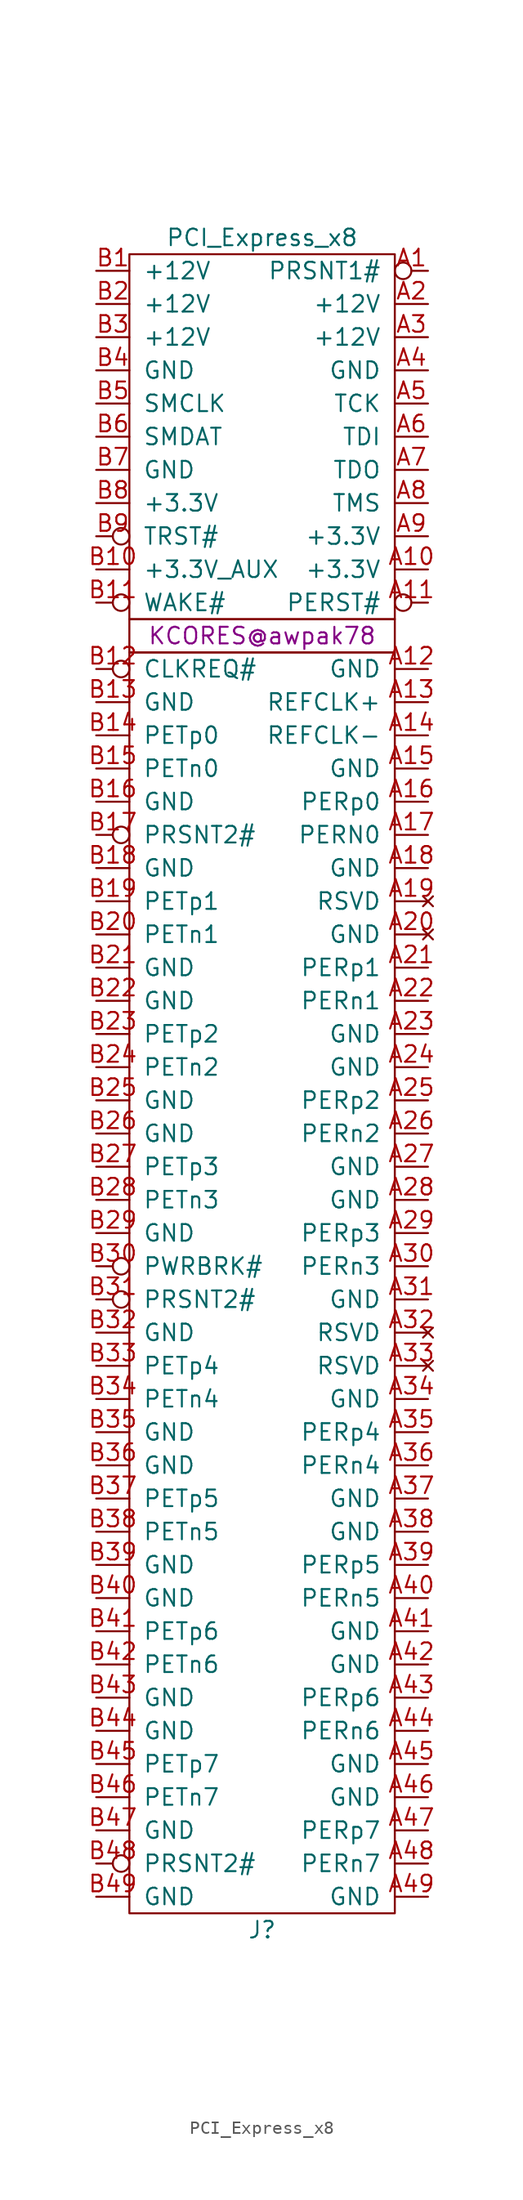
<source format=kicad_sym>
(kicad_symbol_lib
  (version 20211014)
  (generator kicad_symbol_editor)
  (symbol "PCI_Express_x8"
    (pin_names
      (offset 1.016))
    (property "Reference" "J"
      (at 0 -99.06 0)
      (effects (font (size 1.27 1.27))))
    (property "Value" "PCI_Express_x8"
      (at 0 30.48 0)
      (effects (font (size 1.27 1.27))))
    (property "Author" "KCORES@awpak78"
      (at 0 0 0)
      (effects (font (size 1.27 1.27))))
    (symbol "PCI_Express_x8_0_1"
      (rectangle (start -10.16 -1.27) (end 10.16 -97.79) (stroke (width 0) (type default) (color 0 0 0 0)) (fill (type none)))
      (rectangle (start -10.16 1.27) (end 10.16 -1.27) (stroke (width 0) (type default) (color 0 0 0 0)) (fill (type none)))
      (rectangle (start -10.16 29.21) (end 10.16 1.27) (stroke (width 0) (type default) (color 0 0 0 0)) (fill (type none))))
    (symbol "PCI_Express_x8_1_1"
      (pin passive inverted (at 12.7 27.94 180) (length 2.54) (name "PRSNT1#" (effects (font (size 1.27 1.27)))) (number "A1" (effects (font (size 1.27 1.27)))))
      (pin passive line (at 12.7 5.08 180) (length 2.54) (name "+3.3V" (effects (font (size 1.27 1.27)))) (number "A10" (effects (font (size 1.27 1.27)))))
      (pin passive inverted (at 12.7 2.54 180) (length 2.54) (name "PERST#" (effects (font (size 1.27 1.27)))) (number "A11" (effects (font (size 1.27 1.27)))))
      (pin passive line (at 12.7 -2.54 180) (length 2.54) (name "GND" (effects (font (size 1.27 1.27)))) (number "A12" (effects (font (size 1.27 1.27)))))
      (pin passive line (at 12.7 -5.08 180) (length 2.54) (name "REFCLK+" (effects (font (size 1.27 1.27)))) (number "A13" (effects (font (size 1.27 1.27)))))
      (pin passive line (at 12.7 -7.62 180) (length 2.54) (name "REFCLK-" (effects (font (size 1.27 1.27)))) (number "A14" (effects (font (size 1.27 1.27)))))
      (pin passive line (at 12.7 -10.16 180) (length 2.54) (name "GND" (effects (font (size 1.27 1.27)))) (number "A15" (effects (font (size 1.27 1.27)))))
      (pin passive line (at 12.7 -12.7 180) (length 2.54) (name "PERp0" (effects (font (size 1.27 1.27)))) (number "A16" (effects (font (size 1.27 1.27)))))
      (pin passive line (at 12.7 -15.24 180) (length 2.54) (name "PERN0" (effects (font (size 1.27 1.27)))) (number "A17" (effects (font (size 1.27 1.27)))))
      (pin passive line (at 12.7 -17.78 180) (length 2.54) (name "GND" (effects (font (size 1.27 1.27)))) (number "A18" (effects (font (size 1.27 1.27)))))
      (pin no_connect line (at 12.7 -20.32 180) (length 2.54) (name "RSVD" (effects (font (size 1.27 1.27)))) (number "A19" (effects (font (size 1.27 1.27)))))
      (pin passive line (at 12.7 25.4 180) (length 2.54) (name "+12V" (effects (font (size 1.27 1.27)))) (number "A2" (effects (font (size 1.27 1.27)))))
      (pin no_connect line (at 12.7 -22.86 180) (length 2.54) (name "GND" (effects (font (size 1.27 1.27)))) (number "A20" (effects (font (size 1.27 1.27)))))
      (pin passive line (at 12.7 -25.4 180) (length 2.54) (name "PERp1" (effects (font (size 1.27 1.27)))) (number "A21" (effects (font (size 1.27 1.27)))))
      (pin passive line (at 12.7 -27.94 180) (length 2.54) (name "PERn1" (effects (font (size 1.27 1.27)))) (number "A22" (effects (font (size 1.27 1.27)))))
      (pin passive line (at 12.7 -30.48 180) (length 2.54) (name "GND" (effects (font (size 1.27 1.27)))) (number "A23" (effects (font (size 1.27 1.27)))))
      (pin passive line (at 12.7 -33.02 180) (length 2.54) (name "GND" (effects (font (size 1.27 1.27)))) (number "A24" (effects (font (size 1.27 1.27)))))
      (pin passive line (at 12.7 -35.56 180) (length 2.54) (name "PERp2" (effects (font (size 1.27 1.27)))) (number "A25" (effects (font (size 1.27 1.27)))))
      (pin passive line (at 12.7 -38.1 180) (length 2.54) (name "PERn2" (effects (font (size 1.27 1.27)))) (number "A26" (effects (font (size 1.27 1.27)))))
      (pin passive line (at 12.7 -40.64 180) (length 2.54) (name "GND" (effects (font (size 1.27 1.27)))) (number "A27" (effects (font (size 1.27 1.27)))))
      (pin passive line (at 12.7 -43.18 180) (length 2.54) (name "GND" (effects (font (size 1.27 1.27)))) (number "A28" (effects (font (size 1.27 1.27)))))
      (pin passive line (at 12.7 -45.72 180) (length 2.54) (name "PERp3" (effects (font (size 1.27 1.27)))) (number "A29" (effects (font (size 1.27 1.27)))))
      (pin passive line (at 12.7 22.86 180) (length 2.54) (name "+12V" (effects (font (size 1.27 1.27)))) (number "A3" (effects (font (size 1.27 1.27)))))
      (pin passive line (at 12.7 -48.26 180) (length 2.54) (name "PERn3" (effects (font (size 1.27 1.27)))) (number "A30" (effects (font (size 1.27 1.27)))))
      (pin passive line (at 12.7 -50.8 180) (length 2.54) (name "GND" (effects (font (size 1.27 1.27)))) (number "A31" (effects (font (size 1.27 1.27)))))
      (pin no_connect line (at 12.7 -53.34 180) (length 2.54) (name "RSVD" (effects (font (size 1.27 1.27)))) (number "A32" (effects (font (size 1.27 1.27)))))
      (pin no_connect line (at 12.7 -55.88 180) (length 2.54) (name "RSVD" (effects (font (size 1.27 1.27)))) (number "A33" (effects (font (size 1.27 1.27)))))
      (pin passive line (at 12.7 -58.42 180) (length 2.54) (name "GND" (effects (font (size 1.27 1.27)))) (number "A34" (effects (font (size 1.27 1.27)))))
      (pin passive line (at 12.7 -60.96 180) (length 2.54) (name "PERp4" (effects (font (size 1.27 1.27)))) (number "A35" (effects (font (size 1.27 1.27)))))
      (pin passive line (at 12.7 -63.5 180) (length 2.54) (name "PERn4" (effects (font (size 1.27 1.27)))) (number "A36" (effects (font (size 1.27 1.27)))))
      (pin passive line (at 12.7 -66.04 180) (length 2.54) (name "GND" (effects (font (size 1.27 1.27)))) (number "A37" (effects (font (size 1.27 1.27)))))
      (pin passive line (at 12.7 -68.58 180) (length 2.54) (name "GND" (effects (font (size 1.27 1.27)))) (number "A38" (effects (font (size 1.27 1.27)))))
      (pin passive line (at 12.7 -71.12 180) (length 2.54) (name "PERp5" (effects (font (size 1.27 1.27)))) (number "A39" (effects (font (size 1.27 1.27)))))
      (pin passive line (at 12.7 20.32 180) (length 2.54) (name "GND" (effects (font (size 1.27 1.27)))) (number "A4" (effects (font (size 1.27 1.27)))))
      (pin passive line (at 12.7 -73.66 180) (length 2.54) (name "PERn5" (effects (font (size 1.27 1.27)))) (number "A40" (effects (font (size 1.27 1.27)))))
      (pin passive line (at 12.7 -76.2 180) (length 2.54) (name "GND" (effects (font (size 1.27 1.27)))) (number "A41" (effects (font (size 1.27 1.27)))))
      (pin passive line (at 12.7 -78.74 180) (length 2.54) (name "GND" (effects (font (size 1.27 1.27)))) (number "A42" (effects (font (size 1.27 1.27)))))
      (pin passive line (at 12.7 -81.28 180) (length 2.54) (name "PERp6" (effects (font (size 1.27 1.27)))) (number "A43" (effects (font (size 1.27 1.27)))))
      (pin passive line (at 12.7 -83.82 180) (length 2.54) (name "PERn6" (effects (font (size 1.27 1.27)))) (number "A44" (effects (font (size 1.27 1.27)))))
      (pin passive line (at 12.7 -86.36 180) (length 2.54) (name "GND" (effects (font (size 1.27 1.27)))) (number "A45" (effects (font (size 1.27 1.27)))))
      (pin passive line (at 12.7 -88.9 180) (length 2.54) (name "GND" (effects (font (size 1.27 1.27)))) (number "A46" (effects (font (size 1.27 1.27)))))
      (pin passive line (at 12.7 -91.44 180) (length 2.54) (name "PERp7" (effects (font (size 1.27 1.27)))) (number "A47" (effects (font (size 1.27 1.27)))))
      (pin passive line (at 12.7 -93.98 180) (length 2.54) (name "PERn7" (effects (font (size 1.27 1.27)))) (number "A48" (effects (font (size 1.27 1.27)))))
      (pin passive line (at 12.7 -96.52 180) (length 2.54) (name "GND" (effects (font (size 1.27 1.27)))) (number "A49" (effects (font (size 1.27 1.27)))))
      (pin passive line (at 12.7 17.78 180) (length 2.54) (name "TCK" (effects (font (size 1.27 1.27)))) (number "A5" (effects (font (size 1.27 1.27)))))
      (pin passive line (at 12.7 15.24 180) (length 2.54) (name "TDI" (effects (font (size 1.27 1.27)))) (number "A6" (effects (font (size 1.27 1.27)))))
      (pin passive line (at 12.7 12.7 180) (length 2.54) (name "TDO" (effects (font (size 1.27 1.27)))) (number "A7" (effects (font (size 1.27 1.27)))))
      (pin passive line (at 12.7 10.16 180) (length 2.54) (name "TMS" (effects (font (size 1.27 1.27)))) (number "A8" (effects (font (size 1.27 1.27)))))
      (pin passive line (at 12.7 7.62 180) (length 2.54) (name "+3.3V" (effects (font (size 1.27 1.27)))) (number "A9" (effects (font (size 1.27 1.27)))))
      (pin passive line (at -12.7 27.94 0) (length 2.54) (name "+12V" (effects (font (size 1.27 1.27)))) (number "B1" (effects (font (size 1.27 1.27)))))
      (pin passive line (at -12.7 5.08 0) (length 2.54) (name "+3.3V_AUX" (effects (font (size 1.27 1.27)))) (number "B10" (effects (font (size 1.27 1.27)))))
      (pin passive inverted (at -12.7 2.54 0) (length 2.54) (name "WAKE#" (effects (font (size 1.27 1.27)))) (number "B11" (effects (font (size 1.27 1.27)))))
      (pin passive inverted (at -12.7 -2.54 0) (length 2.54) (name "CLKREQ#" (effects (font (size 1.27 1.27)))) (number "B12" (effects (font (size 1.27 1.27)))))
      (pin passive line (at -12.7 -5.08 0) (length 2.54) (name "GND" (effects (font (size 1.27 1.27)))) (number "B13" (effects (font (size 1.27 1.27)))))
      (pin passive line (at -12.7 -7.62 0) (length 2.54) (name "PETp0" (effects (font (size 1.27 1.27)))) (number "B14" (effects (font (size 1.27 1.27)))))
      (pin passive line (at -12.7 -10.16 0) (length 2.54) (name "PETn0" (effects (font (size 1.27 1.27)))) (number "B15" (effects (font (size 1.27 1.27)))))
      (pin passive line (at -12.7 -12.7 0) (length 2.54) (name "GND" (effects (font (size 1.27 1.27)))) (number "B16" (effects (font (size 1.27 1.27)))))
      (pin passive inverted (at -12.7 -15.24 0) (length 2.54) (name "PRSNT2#" (effects (font (size 1.27 1.27)))) (number "B17" (effects (font (size 1.27 1.27)))))
      (pin passive line (at -12.7 -17.78 0) (length 2.54) (name "GND" (effects (font (size 1.27 1.27)))) (number "B18" (effects (font (size 1.27 1.27)))))
      (pin passive line (at -12.7 -20.32 0) (length 2.54) (name "PETp1" (effects (font (size 1.27 1.27)))) (number "B19" (effects (font (size 1.27 1.27)))))
      (pin passive line (at -12.7 25.4 0) (length 2.54) (name "+12V" (effects (font (size 1.27 1.27)))) (number "B2" (effects (font (size 1.27 1.27)))))
      (pin passive line (at -12.7 -22.86 0) (length 2.54) (name "PETn1" (effects (font (size 1.27 1.27)))) (number "B20" (effects (font (size 1.27 1.27)))))
      (pin passive line (at -12.7 -25.4 0) (length 2.54) (name "GND" (effects (font (size 1.27 1.27)))) (number "B21" (effects (font (size 1.27 1.27)))))
      (pin passive line (at -12.7 -27.94 0) (length 2.54) (name "GND" (effects (font (size 1.27 1.27)))) (number "B22" (effects (font (size 1.27 1.27)))))
      (pin passive line (at -12.7 -30.48 0) (length 2.54) (name "PETp2" (effects (font (size 1.27 1.27)))) (number "B23" (effects (font (size 1.27 1.27)))))
      (pin passive line (at -12.7 -33.02 0) (length 2.54) (name "PETn2" (effects (font (size 1.27 1.27)))) (number "B24" (effects (font (size 1.27 1.27)))))
      (pin passive line (at -12.7 -35.56 0) (length 2.54) (name "GND" (effects (font (size 1.27 1.27)))) (number "B25" (effects (font (size 1.27 1.27)))))
      (pin passive line (at -12.7 -38.1 0) (length 2.54) (name "GND" (effects (font (size 1.27 1.27)))) (number "B26" (effects (font (size 1.27 1.27)))))
      (pin passive line (at -12.7 -40.64 0) (length 2.54) (name "PETp3" (effects (font (size 1.27 1.27)))) (number "B27" (effects (font (size 1.27 1.27)))))
      (pin passive line (at -12.7 -43.18 0) (length 2.54) (name "PETn3" (effects (font (size 1.27 1.27)))) (number "B28" (effects (font (size 1.27 1.27)))))
      (pin passive line (at -12.7 -45.72 0) (length 2.54) (name "GND" (effects (font (size 1.27 1.27)))) (number "B29" (effects (font (size 1.27 1.27)))))
      (pin passive line (at -12.7 22.86 0) (length 2.54) (name "+12V" (effects (font (size 1.27 1.27)))) (number "B3" (effects (font (size 1.27 1.27)))))
      (pin passive inverted (at -12.7 -48.26 0) (length 2.54) (name "PWRBRK#" (effects (font (size 1.27 1.27)))) (number "B30" (effects (font (size 1.27 1.27)))))
      (pin passive inverted (at -12.7 -50.8 0) (length 2.54) (name "PRSNT2#" (effects (font (size 1.27 1.27)))) (number "B31" (effects (font (size 1.27 1.27)))))
      (pin passive line (at -12.7 -53.34 0) (length 2.54) (name "GND" (effects (font (size 1.27 1.27)))) (number "B32" (effects (font (size 1.27 1.27)))))
      (pin passive line (at -12.7 -55.88 0) (length 2.54) (name "PETp4" (effects (font (size 1.27 1.27)))) (number "B33" (effects (font (size 1.27 1.27)))))
      (pin passive line (at -12.7 -58.42 0) (length 2.54) (name "PETn4" (effects (font (size 1.27 1.27)))) (number "B34" (effects (font (size 1.27 1.27)))))
      (pin passive line (at -12.7 -60.96 0) (length 2.54) (name "GND" (effects (font (size 1.27 1.27)))) (number "B35" (effects (font (size 1.27 1.27)))))
      (pin passive line (at -12.7 -63.5 0) (length 2.54) (name "GND" (effects (font (size 1.27 1.27)))) (number "B36" (effects (font (size 1.27 1.27)))))
      (pin passive line (at -12.7 -66.04 0) (length 2.54) (name "PETp5" (effects (font (size 1.27 1.27)))) (number "B37" (effects (font (size 1.27 1.27)))))
      (pin passive line (at -12.7 -68.58 0) (length 2.54) (name "PETn5" (effects (font (size 1.27 1.27)))) (number "B38" (effects (font (size 1.27 1.27)))))
      (pin passive line (at -12.7 -71.12 0) (length 2.54) (name "GND" (effects (font (size 1.27 1.27)))) (number "B39" (effects (font (size 1.27 1.27)))))
      (pin passive line (at -12.7 20.32 0) (length 2.54) (name "GND" (effects (font (size 1.27 1.27)))) (number "B4" (effects (font (size 1.27 1.27)))))
      (pin passive line (at -12.7 -73.66 0) (length 2.54) (name "GND" (effects (font (size 1.27 1.27)))) (number "B40" (effects (font (size 1.27 1.27)))))
      (pin passive line (at -12.7 -76.2 0) (length 2.54) (name "PETp6" (effects (font (size 1.27 1.27)))) (number "B41" (effects (font (size 1.27 1.27)))))
      (pin passive line (at -12.7 -78.74 0) (length 2.54) (name "PETn6" (effects (font (size 1.27 1.27)))) (number "B42" (effects (font (size 1.27 1.27)))))
      (pin passive line (at -12.7 -81.28 0) (length 2.54) (name "GND" (effects (font (size 1.27 1.27)))) (number "B43" (effects (font (size 1.27 1.27)))))
      (pin passive line (at -12.7 -83.82 0) (length 2.54) (name "GND" (effects (font (size 1.27 1.27)))) (number "B44" (effects (font (size 1.27 1.27)))))
      (pin passive line (at -12.7 -86.36 0) (length 2.54) (name "PETp7" (effects (font (size 1.27 1.27)))) (number "B45" (effects (font (size 1.27 1.27)))))
      (pin passive line (at -12.7 -88.9 0) (length 2.54) (name "PETn7" (effects (font (size 1.27 1.27)))) (number "B46" (effects (font (size 1.27 1.27)))))
      (pin passive line (at -12.7 -91.44 0) (length 2.54) (name "GND" (effects (font (size 1.27 1.27)))) (number "B47" (effects (font (size 1.27 1.27)))))
      (pin passive inverted (at -12.7 -93.98 0) (length 2.54) (name "PRSNT2#" (effects (font (size 1.27 1.27)))) (number "B48" (effects (font (size 1.27 1.27)))))
      (pin passive line (at -12.7 -96.52 0) (length 2.54) (name "GND" (effects (font (size 1.27 1.27)))) (number "B49" (effects (font (size 1.27 1.27)))))
      (pin passive line (at -12.7 17.78 0) (length 2.54) (name "SMCLK" (effects (font (size 1.27 1.27)))) (number "B5" (effects (font (size 1.27 1.27)))))
      (pin passive line (at -12.7 15.24 0) (length 2.54) (name "SMDAT" (effects (font (size 1.27 1.27)))) (number "B6" (effects (font (size 1.27 1.27)))))
      (pin passive line (at -12.7 12.7 0) (length 2.54) (name "GND" (effects (font (size 1.27 1.27)))) (number "B7" (effects (font (size 1.27 1.27)))))
      (pin passive line (at -12.7 10.16 0) (length 2.54) (name "+3.3V" (effects (font (size 1.27 1.27)))) (number "B8" (effects (font (size 1.27 1.27)))))
      (pin passive inverted (at -12.7 7.62 0) (length 2.54) (name "TRST#" (effects (font (size 1.27 1.27)))) (number "B9" (effects (font (size 1.27 1.27))))))))
</source>
